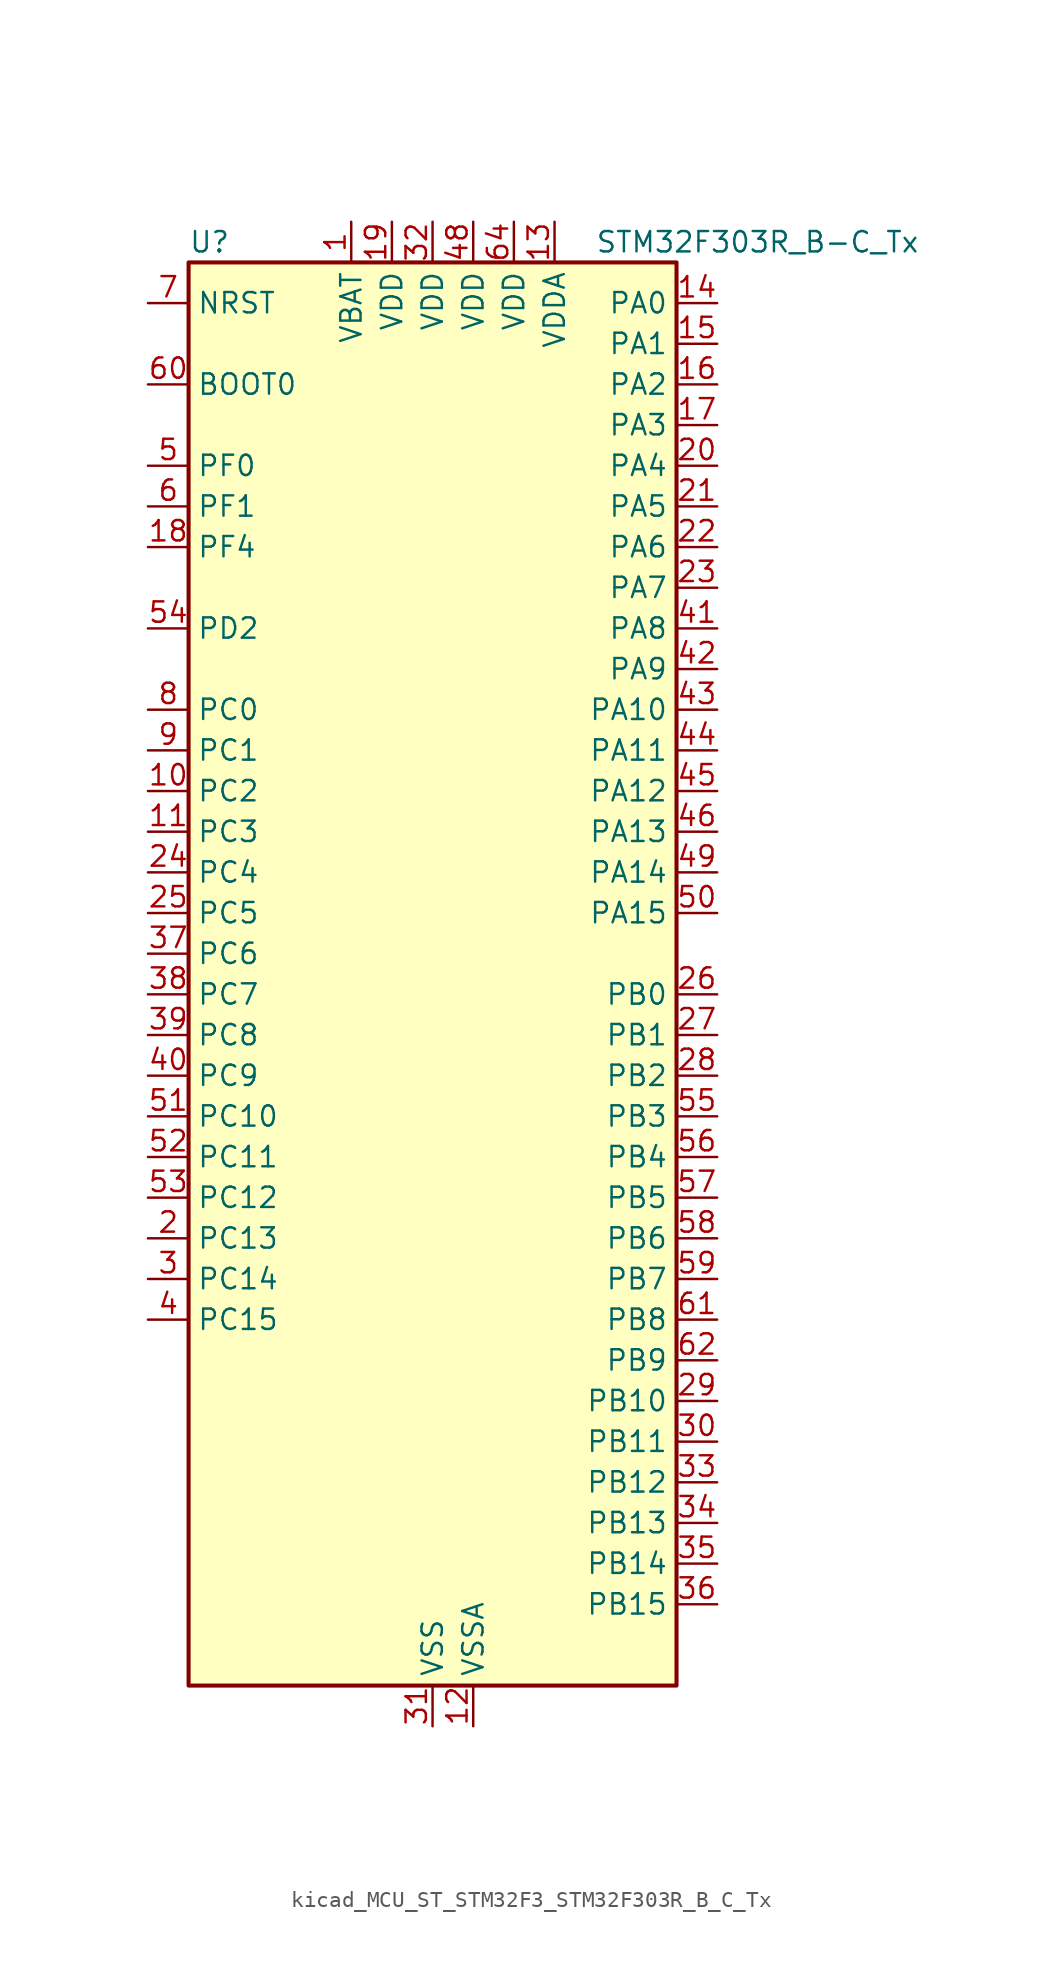
<source format=kicad_sym>
(kicad_symbol_lib
  (version 20220914)
  (generator kicad_symbol_editor)
  (symbol "kicad_MCU_ST_STM32F3_STM32F303R_B_C_Tx"
    (property "Reference" "U"
      (at -15.24 46.99 0)
      (effects (font (size 1.27 1.27)) (justify left)))
    (property "Value" "STM32F303R_B-C_Tx"
      (at 10.16 46.99 0)
      (effects (font (size 1.27 1.27)) (justify left)))
    (property "ki_locked" ""
      (at 0 0 0)
      (effects (font (size 1.27 1.27))))
    (symbol "kicad_MCU_ST_STM32F3_STM32F303R_B_C_Tx_0_1"
      (rectangle (start -15.24 -43.18) (end 15.24 45.72) (stroke (width 0.254) (type default)) (fill (type background))))
    (symbol "kicad_MCU_ST_STM32F3_STM32F303R_B_C_Tx_1_1"
      (pin power_in line (at -5.08 48.26 270) (length 2.54) (name "VBAT" (effects (font (size 1.27 1.27)))) (number "1" (effects (font (size 1.27 1.27)))))
      (pin bidirectional line (at -17.78 12.7 0) (length 2.54) (name "PC2" (effects (font (size 1.27 1.27)))) (number "10" (effects (font (size 1.27 1.27)))) (alternate "ADC1_IN8" bidirectional line) (alternate "ADC2_IN8" bidirectional line) (alternate "ADC3_EXTI2" bidirectional line) (alternate "ADC4_EXTI2" bidirectional line) (alternate "COMP7_OUT" bidirectional line))
      (pin bidirectional line (at -17.78 10.16 0) (length 2.54) (name "PC3" (effects (font (size 1.27 1.27)))) (number "11" (effects (font (size 1.27 1.27)))) (alternate "ADC1_IN9" bidirectional line) (alternate "ADC2_IN9" bidirectional line) (alternate "TIM1_BKIN2" bidirectional line))
      (pin power_in line (at 2.54 -45.72 90) (length 2.54) (name "VSSA" (effects (font (size 1.27 1.27)))) (number "12" (effects (font (size 1.27 1.27)))))
      (pin power_in line (at 7.62 48.26 270) (length 2.54) (name "VDDA" (effects (font (size 1.27 1.27)))) (number "13" (effects (font (size 1.27 1.27)))))
      (pin bidirectional line (at 17.78 43.18 180) (length 2.54) (name "PA0" (effects (font (size 1.27 1.27)))) (number "14" (effects (font (size 1.27 1.27)))) (alternate "ADC1_IN1" bidirectional line) (alternate "COMP1_INM" bidirectional line) (alternate "COMP1_OUT" bidirectional line) (alternate "COMP7_INP" bidirectional line) (alternate "RTC_TAMP2" bidirectional line) (alternate "SYS_WKUP1" bidirectional line) (alternate "TIM2_CH1" bidirectional line) (alternate "TIM2_ETR" bidirectional line) (alternate "TIM8_BKIN" bidirectional line) (alternate "TIM8_ETR" bidirectional line) (alternate "TSC_G1_IO1" bidirectional line) (alternate "USART2_CTS" bidirectional line))
      (pin bidirectional line (at 17.78 40.64 180) (length 2.54) (name "PA1" (effects (font (size 1.27 1.27)))) (number "15" (effects (font (size 1.27 1.27)))) (alternate "ADC1_IN2" bidirectional line) (alternate "COMP1_INP" bidirectional line) (alternate "OPAMP1_VINP" bidirectional line) (alternate "OPAMP1_VINP_SEC" bidirectional line) (alternate "OPAMP3_VINP" bidirectional line) (alternate "OPAMP3_VINP_SEC" bidirectional line) (alternate "RTC_REFIN" bidirectional line) (alternate "TIM15_CH1N" bidirectional line) (alternate "TIM2_CH2" bidirectional line) (alternate "TSC_G1_IO2" bidirectional line) (alternate "USART2_DE" bidirectional line) (alternate "USART2_RTS" bidirectional line))
      (pin bidirectional line (at 17.78 38.1 180) (length 2.54) (name "PA2" (effects (font (size 1.27 1.27)))) (number "16" (effects (font (size 1.27 1.27)))) (alternate "ADC1_IN3" bidirectional line) (alternate "ADC3_EXTI2" bidirectional line) (alternate "ADC4_EXTI2" bidirectional line) (alternate "COMP2_INM" bidirectional line) (alternate "COMP2_OUT" bidirectional line) (alternate "OPAMP1_VOUT" bidirectional line) (alternate "TIM15_CH1" bidirectional line) (alternate "TIM2_CH3" bidirectional line) (alternate "TSC_G1_IO3" bidirectional line) (alternate "USART2_TX" bidirectional line))
      (pin bidirectional line (at 17.78 35.56 180) (length 2.54) (name "PA3" (effects (font (size 1.27 1.27)))) (number "17" (effects (font (size 1.27 1.27)))) (alternate "ADC1_IN4" bidirectional line) (alternate "COMP2_INP" bidirectional line) (alternate "OPAMP1_VINM" bidirectional line) (alternate "OPAMP1_VINM_SEC" bidirectional line) (alternate "OPAMP1_VINP" bidirectional line) (alternate "OPAMP1_VINP_SEC" bidirectional line) (alternate "TIM15_CH2" bidirectional line) (alternate "TIM2_CH4" bidirectional line) (alternate "TSC_G1_IO4" bidirectional line) (alternate "USART2_RX" bidirectional line))
      (pin bidirectional line (at -17.78 27.94 0) (length 2.54) (name "PF4" (effects (font (size 1.27 1.27)))) (number "18" (effects (font (size 1.27 1.27)))) (alternate "ADC1_IN5" bidirectional line) (alternate "COMP1_OUT" bidirectional line))
      (pin power_in line (at -2.54 48.26 270) (length 2.54) (name "VDD" (effects (font (size 1.27 1.27)))) (number "19" (effects (font (size 1.27 1.27)))))
      (pin bidirectional line (at -17.78 -15.24 0) (length 2.54) (name "PC13" (effects (font (size 1.27 1.27)))) (number "2" (effects (font (size 1.27 1.27)))) (alternate "RTC_OUT_ALARM" bidirectional line) (alternate "RTC_OUT_CALIB" bidirectional line) (alternate "RTC_TAMP1" bidirectional line) (alternate "RTC_TS" bidirectional line) (alternate "SYS_WKUP2" bidirectional line) (alternate "TIM1_CH1N" bidirectional line))
      (pin bidirectional line (at 17.78 33.02 180) (length 2.54) (name "PA4" (effects (font (size 1.27 1.27)))) (number "20" (effects (font (size 1.27 1.27)))) (alternate "ADC2_IN1" bidirectional line) (alternate "COMP1_INM" bidirectional line) (alternate "COMP2_INM" bidirectional line) (alternate "COMP3_INM" bidirectional line) (alternate "COMP4_INM" bidirectional line) (alternate "COMP5_INM" bidirectional line) (alternate "COMP6_INM" bidirectional line) (alternate "COMP7_INM" bidirectional line) (alternate "DAC_OUT1" bidirectional line) (alternate "I2S3_WS" bidirectional line) (alternate "OPAMP4_VINP" bidirectional line) (alternate "OPAMP4_VINP_SEC" bidirectional line) (alternate "SPI1_NSS" bidirectional line) (alternate "SPI3_NSS" bidirectional line) (alternate "TIM3_CH2" bidirectional line) (alternate "TSC_G2_IO1" bidirectional line) (alternate "USART2_CK" bidirectional line))
      (pin bidirectional line (at 17.78 30.48 180) (length 2.54) (name "PA5" (effects (font (size 1.27 1.27)))) (number "21" (effects (font (size 1.27 1.27)))) (alternate "ADC2_IN2" bidirectional line) (alternate "COMP1_INM" bidirectional line) (alternate "COMP2_INM" bidirectional line) (alternate "COMP3_INM" bidirectional line) (alternate "COMP4_INM" bidirectional line) (alternate "COMP5_INM" bidirectional line) (alternate "COMP6_INM" bidirectional line) (alternate "COMP7_INM" bidirectional line) (alternate "DAC_OUT2" bidirectional line) (alternate "OPAMP1_VINP" bidirectional line) (alternate "OPAMP1_VINP_SEC" bidirectional line) (alternate "OPAMP2_VINM" bidirectional line) (alternate "OPAMP2_VINM_SEC" bidirectional line) (alternate "OPAMP3_VINP" bidirectional line) (alternate "OPAMP3_VINP_SEC" bidirectional line) (alternate "SPI1_SCK" bidirectional line) (alternate "TIM2_CH1" bidirectional line) (alternate "TIM2_ETR" bidirectional line) (alternate "TSC_G2_IO2" bidirectional line))
      (pin bidirectional line (at 17.78 27.94 180) (length 2.54) (name "PA6" (effects (font (size 1.27 1.27)))) (number "22" (effects (font (size 1.27 1.27)))) (alternate "ADC2_IN3" bidirectional line) (alternate "COMP1_OUT" bidirectional line) (alternate "OPAMP2_VOUT" bidirectional line) (alternate "SPI1_MISO" bidirectional line) (alternate "TIM16_CH1" bidirectional line) (alternate "TIM1_BKIN" bidirectional line) (alternate "TIM3_CH1" bidirectional line) (alternate "TIM8_BKIN" bidirectional line) (alternate "TSC_G2_IO3" bidirectional line))
      (pin bidirectional line (at 17.78 25.4 180) (length 2.54) (name "PA7" (effects (font (size 1.27 1.27)))) (number "23" (effects (font (size 1.27 1.27)))) (alternate "ADC2_IN4" bidirectional line) (alternate "COMP2_INP" bidirectional line) (alternate "COMP2_OUT" bidirectional line) (alternate "OPAMP1_VINP" bidirectional line) (alternate "OPAMP1_VINP_SEC" bidirectional line) (alternate "OPAMP2_VINP" bidirectional line) (alternate "OPAMP2_VINP_SEC" bidirectional line) (alternate "SPI1_MOSI" bidirectional line) (alternate "TIM17_CH1" bidirectional line) (alternate "TIM1_CH1N" bidirectional line) (alternate "TIM3_CH2" bidirectional line) (alternate "TIM8_CH1N" bidirectional line) (alternate "TSC_G2_IO4" bidirectional line))
      (pin bidirectional line (at -17.78 7.62 0) (length 2.54) (name "PC4" (effects (font (size 1.27 1.27)))) (number "24" (effects (font (size 1.27 1.27)))) (alternate "ADC2_IN5" bidirectional line) (alternate "USART1_TX" bidirectional line))
      (pin bidirectional line (at -17.78 5.08 0) (length 2.54) (name "PC5" (effects (font (size 1.27 1.27)))) (number "25" (effects (font (size 1.27 1.27)))) (alternate "ADC2_IN11" bidirectional line) (alternate "OPAMP1_VINM" bidirectional line) (alternate "OPAMP1_VINM_SEC" bidirectional line) (alternate "OPAMP2_VINM" bidirectional line) (alternate "OPAMP2_VINM_SEC" bidirectional line) (alternate "TSC_G3_IO1" bidirectional line) (alternate "USART1_RX" bidirectional line))
      (pin bidirectional line (at 17.78 0 180) (length 2.54) (name "PB0" (effects (font (size 1.27 1.27)))) (number "26" (effects (font (size 1.27 1.27)))) (alternate "ADC3_IN12" bidirectional line) (alternate "COMP4_INP" bidirectional line) (alternate "OPAMP2_VINP" bidirectional line) (alternate "OPAMP2_VINP_SEC" bidirectional line) (alternate "OPAMP3_VINP" bidirectional line) (alternate "OPAMP3_VINP_SEC" bidirectional line) (alternate "TIM1_CH2N" bidirectional line) (alternate "TIM3_CH3" bidirectional line) (alternate "TIM8_CH2N" bidirectional line) (alternate "TSC_G3_IO2" bidirectional line))
      (pin bidirectional line (at 17.78 -2.54 180) (length 2.54) (name "PB1" (effects (font (size 1.27 1.27)))) (number "27" (effects (font (size 1.27 1.27)))) (alternate "ADC3_IN1" bidirectional line) (alternate "COMP4_OUT" bidirectional line) (alternate "OPAMP3_VOUT" bidirectional line) (alternate "TIM1_CH3N" bidirectional line) (alternate "TIM3_CH4" bidirectional line) (alternate "TIM8_CH3N" bidirectional line) (alternate "TSC_G3_IO3" bidirectional line))
      (pin bidirectional line (at 17.78 -5.08 180) (length 2.54) (name "PB2" (effects (font (size 1.27 1.27)))) (number "28" (effects (font (size 1.27 1.27)))) (alternate "ADC2_IN12" bidirectional line) (alternate "ADC3_EXTI2" bidirectional line) (alternate "ADC4_EXTI2" bidirectional line) (alternate "COMP4_INM" bidirectional line) (alternate "OPAMP3_VINM" bidirectional line) (alternate "OPAMP3_VINM_SEC" bidirectional line) (alternate "TSC_G3_IO4" bidirectional line))
      (pin bidirectional line (at 17.78 -25.4 180) (length 2.54) (name "PB10" (effects (font (size 1.27 1.27)))) (number "29" (effects (font (size 1.27 1.27)))) (alternate "COMP5_INM" bidirectional line) (alternate "OPAMP3_VINM" bidirectional line) (alternate "OPAMP3_VINM_SEC" bidirectional line) (alternate "OPAMP4_VINM" bidirectional line) (alternate "OPAMP4_VINM_SEC" bidirectional line) (alternate "TIM2_CH3" bidirectional line) (alternate "TSC_SYNC" bidirectional line) (alternate "USART3_TX" bidirectional line))
      (pin bidirectional line (at -17.78 -17.78 0) (length 2.54) (name "PC14" (effects (font (size 1.27 1.27)))) (number "3" (effects (font (size 1.27 1.27)))) (alternate "RCC_OSC32_IN" bidirectional line))
      (pin bidirectional line (at 17.78 -27.94 180) (length 2.54) (name "PB11" (effects (font (size 1.27 1.27)))) (number "30" (effects (font (size 1.27 1.27)))) (alternate "ADC1_EXTI11" bidirectional line) (alternate "ADC2_EXTI11" bidirectional line) (alternate "COMP6_INP" bidirectional line) (alternate "OPAMP4_VINP" bidirectional line) (alternate "OPAMP4_VINP_SEC" bidirectional line) (alternate "TIM2_CH4" bidirectional line) (alternate "TSC_G6_IO1" bidirectional line) (alternate "USART3_RX" bidirectional line))
      (pin power_in line (at 0 -45.72 90) (length 2.54) (name "VSS" (effects (font (size 1.27 1.27)))) (number "31" (effects (font (size 1.27 1.27)))))
      (pin power_in line (at 0 48.26 270) (length 2.54) (name "VDD" (effects (font (size 1.27 1.27)))) (number "32" (effects (font (size 1.27 1.27)))))
      (pin bidirectional line (at 17.78 -30.48 180) (length 2.54) (name "PB12" (effects (font (size 1.27 1.27)))) (number "33" (effects (font (size 1.27 1.27)))) (alternate "ADC4_IN3" bidirectional line) (alternate "COMP3_INM" bidirectional line) (alternate "I2C2_SMBA" bidirectional line) (alternate "I2S2_WS" bidirectional line) (alternate "OPAMP4_VOUT" bidirectional line) (alternate "SPI2_NSS" bidirectional line) (alternate "TIM1_BKIN" bidirectional line) (alternate "TSC_G6_IO2" bidirectional line) (alternate "USART3_CK" bidirectional line))
      (pin bidirectional line (at 17.78 -33.02 180) (length 2.54) (name "PB13" (effects (font (size 1.27 1.27)))) (number "34" (effects (font (size 1.27 1.27)))) (alternate "ADC3_IN5" bidirectional line) (alternate "COMP5_INP" bidirectional line) (alternate "I2S2_CK" bidirectional line) (alternate "OPAMP3_VINP" bidirectional line) (alternate "OPAMP3_VINP_SEC" bidirectional line) (alternate "OPAMP4_VINP" bidirectional line) (alternate "OPAMP4_VINP_SEC" bidirectional line) (alternate "SPI2_SCK" bidirectional line) (alternate "TIM1_CH1N" bidirectional line) (alternate "TSC_G6_IO3" bidirectional line) (alternate "USART3_CTS" bidirectional line))
      (pin bidirectional line (at 17.78 -35.56 180) (length 2.54) (name "PB14" (effects (font (size 1.27 1.27)))) (number "35" (effects (font (size 1.27 1.27)))) (alternate "ADC4_IN4" bidirectional line) (alternate "COMP3_INP" bidirectional line) (alternate "I2S2_ext_SD" bidirectional line) (alternate "OPAMP2_VINP" bidirectional line) (alternate "OPAMP2_VINP_SEC" bidirectional line) (alternate "SPI2_MISO" bidirectional line) (alternate "TIM15_CH1" bidirectional line) (alternate "TIM1_CH2N" bidirectional line) (alternate "TSC_G6_IO4" bidirectional line) (alternate "USART3_DE" bidirectional line) (alternate "USART3_RTS" bidirectional line))
      (pin bidirectional line (at 17.78 -38.1 180) (length 2.54) (name "PB15" (effects (font (size 1.27 1.27)))) (number "36" (effects (font (size 1.27 1.27)))) (alternate "ADC1_EXTI15" bidirectional line) (alternate "ADC2_EXTI15" bidirectional line) (alternate "ADC4_IN5" bidirectional line) (alternate "COMP6_INM" bidirectional line) (alternate "I2S2_SD" bidirectional line) (alternate "RTC_REFIN" bidirectional line) (alternate "SPI2_MOSI" bidirectional line) (alternate "TIM15_CH1N" bidirectional line) (alternate "TIM15_CH2" bidirectional line) (alternate "TIM1_CH3N" bidirectional line))
      (pin bidirectional line (at -17.78 2.54 0) (length 2.54) (name "PC6" (effects (font (size 1.27 1.27)))) (number "37" (effects (font (size 1.27 1.27)))) (alternate "COMP6_OUT" bidirectional line) (alternate "I2S2_MCK" bidirectional line) (alternate "TIM3_CH1" bidirectional line) (alternate "TIM8_CH1" bidirectional line))
      (pin bidirectional line (at -17.78 0 0) (length 2.54) (name "PC7" (effects (font (size 1.27 1.27)))) (number "38" (effects (font (size 1.27 1.27)))) (alternate "COMP5_OUT" bidirectional line) (alternate "I2S3_MCK" bidirectional line) (alternate "TIM3_CH2" bidirectional line) (alternate "TIM8_CH2" bidirectional line))
      (pin bidirectional line (at -17.78 -2.54 0) (length 2.54) (name "PC8" (effects (font (size 1.27 1.27)))) (number "39" (effects (font (size 1.27 1.27)))) (alternate "COMP3_OUT" bidirectional line) (alternate "TIM3_CH3" bidirectional line) (alternate "TIM8_CH3" bidirectional line))
      (pin bidirectional line (at -17.78 -20.32 0) (length 2.54) (name "PC15" (effects (font (size 1.27 1.27)))) (number "4" (effects (font (size 1.27 1.27)))) (alternate "ADC1_EXTI15" bidirectional line) (alternate "ADC2_EXTI15" bidirectional line) (alternate "RCC_OSC32_OUT" bidirectional line))
      (pin bidirectional line (at -17.78 -5.08 0) (length 2.54) (name "PC9" (effects (font (size 1.27 1.27)))) (number "40" (effects (font (size 1.27 1.27)))) (alternate "DAC_EXTI9" bidirectional line) (alternate "I2S_CKIN" bidirectional line) (alternate "TIM3_CH4" bidirectional line) (alternate "TIM8_BKIN2" bidirectional line) (alternate "TIM8_CH4" bidirectional line))
      (pin bidirectional line (at 17.78 22.86 180) (length 2.54) (name "PA8" (effects (font (size 1.27 1.27)))) (number "41" (effects (font (size 1.27 1.27)))) (alternate "COMP3_OUT" bidirectional line) (alternate "I2C2_SMBA" bidirectional line) (alternate "I2S2_MCK" bidirectional line) (alternate "RCC_MCO" bidirectional line) (alternate "TIM1_CH1" bidirectional line) (alternate "TIM4_ETR" bidirectional line) (alternate "USART1_CK" bidirectional line))
      (pin bidirectional line (at 17.78 20.32 180) (length 2.54) (name "PA9" (effects (font (size 1.27 1.27)))) (number "42" (effects (font (size 1.27 1.27)))) (alternate "COMP5_OUT" bidirectional line) (alternate "DAC_EXTI9" bidirectional line) (alternate "I2C2_SCL" bidirectional line) (alternate "I2S3_MCK" bidirectional line) (alternate "TIM15_BKIN" bidirectional line) (alternate "TIM1_CH2" bidirectional line) (alternate "TIM2_CH3" bidirectional line) (alternate "TSC_G4_IO1" bidirectional line) (alternate "USART1_TX" bidirectional line))
      (pin bidirectional line (at 17.78 17.78 180) (length 2.54) (name "PA10" (effects (font (size 1.27 1.27)))) (number "43" (effects (font (size 1.27 1.27)))) (alternate "COMP6_OUT" bidirectional line) (alternate "I2C2_SDA" bidirectional line) (alternate "TIM17_BKIN" bidirectional line) (alternate "TIM1_CH3" bidirectional line) (alternate "TIM2_CH4" bidirectional line) (alternate "TIM8_BKIN" bidirectional line) (alternate "TSC_G4_IO2" bidirectional line) (alternate "USART1_RX" bidirectional line))
      (pin bidirectional line (at 17.78 15.24 180) (length 2.54) (name "PA11" (effects (font (size 1.27 1.27)))) (number "44" (effects (font (size 1.27 1.27)))) (alternate "ADC1_EXTI11" bidirectional line) (alternate "ADC2_EXTI11" bidirectional line) (alternate "CAN_RX" bidirectional line) (alternate "COMP1_OUT" bidirectional line) (alternate "TIM1_BKIN2" bidirectional line) (alternate "TIM1_CH1N" bidirectional line) (alternate "TIM1_CH4" bidirectional line) (alternate "TIM4_CH1" bidirectional line) (alternate "USART1_CTS" bidirectional line) (alternate "USB_DM" bidirectional line))
      (pin bidirectional line (at 17.78 12.7 180) (length 2.54) (name "PA12" (effects (font (size 1.27 1.27)))) (number "45" (effects (font (size 1.27 1.27)))) (alternate "CAN_TX" bidirectional line) (alternate "COMP2_OUT" bidirectional line) (alternate "TIM16_CH1" bidirectional line) (alternate "TIM1_CH2N" bidirectional line) (alternate "TIM1_ETR" bidirectional line) (alternate "TIM4_CH2" bidirectional line) (alternate "USART1_DE" bidirectional line) (alternate "USART1_RTS" bidirectional line) (alternate "USB_DP" bidirectional line))
      (pin bidirectional line (at 17.78 10.16 180) (length 2.54) (name "PA13" (effects (font (size 1.27 1.27)))) (number "46" (effects (font (size 1.27 1.27)))) (alternate "IR_OUT" bidirectional line) (alternate "SYS_JTMS-SWDIO" bidirectional line) (alternate "TIM16_CH1N" bidirectional line) (alternate "TIM4_CH3" bidirectional line) (alternate "TSC_G4_IO3" bidirectional line) (alternate "USART3_CTS" bidirectional line))
      (pin passive line (at 0 -45.72 90) (length 2.54) hide (name "VSS" (effects (font (size 1.27 1.27)))) (number "47" (effects (font (size 1.27 1.27)))))
      (pin power_in line (at 2.54 48.26 270) (length 2.54) (name "VDD" (effects (font (size 1.27 1.27)))) (number "48" (effects (font (size 1.27 1.27)))))
      (pin bidirectional line (at 17.78 7.62 180) (length 2.54) (name "PA14" (effects (font (size 1.27 1.27)))) (number "49" (effects (font (size 1.27 1.27)))) (alternate "I2C1_SDA" bidirectional line) (alternate "SYS_JTCK-SWCLK" bidirectional line) (alternate "TIM1_BKIN" bidirectional line) (alternate "TIM8_CH2" bidirectional line) (alternate "TSC_G4_IO4" bidirectional line) (alternate "USART2_TX" bidirectional line))
      (pin bidirectional line (at -17.78 33.02 0) (length 2.54) (name "PF0" (effects (font (size 1.27 1.27)))) (number "5" (effects (font (size 1.27 1.27)))) (alternate "I2C2_SDA" bidirectional line) (alternate "RCC_OSC_IN" bidirectional line) (alternate "TIM1_CH3N" bidirectional line))
      (pin bidirectional line (at 17.78 5.08 180) (length 2.54) (name "PA15" (effects (font (size 1.27 1.27)))) (number "50" (effects (font (size 1.27 1.27)))) (alternate "ADC1_EXTI15" bidirectional line) (alternate "ADC2_EXTI15" bidirectional line) (alternate "I2C1_SCL" bidirectional line) (alternate "I2S3_WS" bidirectional line) (alternate "SPI1_NSS" bidirectional line) (alternate "SPI3_NSS" bidirectional line) (alternate "SYS_JTDI" bidirectional line) (alternate "TIM1_BKIN" bidirectional line) (alternate "TIM2_CH1" bidirectional line) (alternate "TIM2_ETR" bidirectional line) (alternate "TIM8_CH1" bidirectional line) (alternate "USART2_RX" bidirectional line))
      (pin bidirectional line (at -17.78 -7.62 0) (length 2.54) (name "PC10" (effects (font (size 1.27 1.27)))) (number "51" (effects (font (size 1.27 1.27)))) (alternate "I2S3_CK" bidirectional line) (alternate "SPI3_SCK" bidirectional line) (alternate "TIM8_CH1N" bidirectional line) (alternate "UART4_TX" bidirectional line) (alternate "USART3_TX" bidirectional line))
      (pin bidirectional line (at -17.78 -10.16 0) (length 2.54) (name "PC11" (effects (font (size 1.27 1.27)))) (number "52" (effects (font (size 1.27 1.27)))) (alternate "ADC1_EXTI11" bidirectional line) (alternate "ADC2_EXTI11" bidirectional line) (alternate "I2S3_ext_SD" bidirectional line) (alternate "SPI3_MISO" bidirectional line) (alternate "TIM8_CH2N" bidirectional line) (alternate "UART4_RX" bidirectional line) (alternate "USART3_RX" bidirectional line))
      (pin bidirectional line (at -17.78 -12.7 0) (length 2.54) (name "PC12" (effects (font (size 1.27 1.27)))) (number "53" (effects (font (size 1.27 1.27)))) (alternate "I2S3_SD" bidirectional line) (alternate "SPI3_MOSI" bidirectional line) (alternate "TIM8_CH3N" bidirectional line) (alternate "UART5_TX" bidirectional line) (alternate "USART3_CK" bidirectional line))
      (pin bidirectional line (at -17.78 22.86 0) (length 2.54) (name "PD2" (effects (font (size 1.27 1.27)))) (number "54" (effects (font (size 1.27 1.27)))) (alternate "ADC3_EXTI2" bidirectional line) (alternate "ADC4_EXTI2" bidirectional line) (alternate "TIM3_ETR" bidirectional line) (alternate "TIM8_BKIN" bidirectional line) (alternate "UART5_RX" bidirectional line))
      (pin bidirectional line (at 17.78 -7.62 180) (length 2.54) (name "PB3" (effects (font (size 1.27 1.27)))) (number "55" (effects (font (size 1.27 1.27)))) (alternate "I2S3_CK" bidirectional line) (alternate "SPI1_SCK" bidirectional line) (alternate "SPI3_SCK" bidirectional line) (alternate "SYS_JTDO-TRACESWO" bidirectional line) (alternate "TIM2_CH2" bidirectional line) (alternate "TIM3_ETR" bidirectional line) (alternate "TIM4_ETR" bidirectional line) (alternate "TIM8_CH1N" bidirectional line) (alternate "TSC_G5_IO1" bidirectional line) (alternate "USART2_TX" bidirectional line))
      (pin bidirectional line (at 17.78 -10.16 180) (length 2.54) (name "PB4" (effects (font (size 1.27 1.27)))) (number "56" (effects (font (size 1.27 1.27)))) (alternate "I2S3_ext_SD" bidirectional line) (alternate "SPI1_MISO" bidirectional line) (alternate "SPI3_MISO" bidirectional line) (alternate "SYS_NJTRST" bidirectional line) (alternate "TIM16_CH1" bidirectional line) (alternate "TIM17_BKIN" bidirectional line) (alternate "TIM3_CH1" bidirectional line) (alternate "TIM8_CH2N" bidirectional line) (alternate "TSC_G5_IO2" bidirectional line) (alternate "USART2_RX" bidirectional line))
      (pin bidirectional line (at 17.78 -12.7 180) (length 2.54) (name "PB5" (effects (font (size 1.27 1.27)))) (number "57" (effects (font (size 1.27 1.27)))) (alternate "I2C1_SMBA" bidirectional line) (alternate "I2S3_SD" bidirectional line) (alternate "SPI1_MOSI" bidirectional line) (alternate "SPI3_MOSI" bidirectional line) (alternate "TIM16_BKIN" bidirectional line) (alternate "TIM17_CH1" bidirectional line) (alternate "TIM3_CH2" bidirectional line) (alternate "TIM8_CH3N" bidirectional line) (alternate "USART2_CK" bidirectional line))
      (pin bidirectional line (at 17.78 -15.24 180) (length 2.54) (name "PB6" (effects (font (size 1.27 1.27)))) (number "58" (effects (font (size 1.27 1.27)))) (alternate "I2C1_SCL" bidirectional line) (alternate "TIM16_CH1N" bidirectional line) (alternate "TIM4_CH1" bidirectional line) (alternate "TIM8_BKIN2" bidirectional line) (alternate "TIM8_CH1" bidirectional line) (alternate "TIM8_ETR" bidirectional line) (alternate "TSC_G5_IO3" bidirectional line) (alternate "USART1_TX" bidirectional line))
      (pin bidirectional line (at 17.78 -17.78 180) (length 2.54) (name "PB7" (effects (font (size 1.27 1.27)))) (number "59" (effects (font (size 1.27 1.27)))) (alternate "I2C1_SDA" bidirectional line) (alternate "TIM17_CH1N" bidirectional line) (alternate "TIM3_CH4" bidirectional line) (alternate "TIM4_CH2" bidirectional line) (alternate "TIM8_BKIN" bidirectional line) (alternate "TSC_G5_IO4" bidirectional line) (alternate "USART1_RX" bidirectional line))
      (pin bidirectional line (at -17.78 30.48 0) (length 2.54) (name "PF1" (effects (font (size 1.27 1.27)))) (number "6" (effects (font (size 1.27 1.27)))) (alternate "I2C2_SCL" bidirectional line) (alternate "RCC_OSC_OUT" bidirectional line))
      (pin input line (at -17.78 38.1 0) (length 2.54) (name "BOOT0" (effects (font (size 1.27 1.27)))) (number "60" (effects (font (size 1.27 1.27)))))
      (pin bidirectional line (at 17.78 -20.32 180) (length 2.54) (name "PB8" (effects (font (size 1.27 1.27)))) (number "61" (effects (font (size 1.27 1.27)))) (alternate "CAN_RX" bidirectional line) (alternate "COMP1_OUT" bidirectional line) (alternate "I2C1_SCL" bidirectional line) (alternate "TIM16_CH1" bidirectional line) (alternate "TIM1_BKIN" bidirectional line) (alternate "TIM4_CH3" bidirectional line) (alternate "TIM8_CH2" bidirectional line) (alternate "TSC_SYNC" bidirectional line))
      (pin bidirectional line (at 17.78 -22.86 180) (length 2.54) (name "PB9" (effects (font (size 1.27 1.27)))) (number "62" (effects (font (size 1.27 1.27)))) (alternate "CAN_TX" bidirectional line) (alternate "COMP2_OUT" bidirectional line) (alternate "DAC_EXTI9" bidirectional line) (alternate "I2C1_SDA" bidirectional line) (alternate "IR_OUT" bidirectional line) (alternate "TIM17_CH1" bidirectional line) (alternate "TIM4_CH4" bidirectional line) (alternate "TIM8_CH3" bidirectional line))
      (pin passive line (at 0 -45.72 90) (length 2.54) hide (name "VSS" (effects (font (size 1.27 1.27)))) (number "63" (effects (font (size 1.27 1.27)))))
      (pin power_in line (at 5.08 48.26 270) (length 2.54) (name "VDD" (effects (font (size 1.27 1.27)))) (number "64" (effects (font (size 1.27 1.27)))))
      (pin input line (at -17.78 43.18 0) (length 2.54) (name "NRST" (effects (font (size 1.27 1.27)))) (number "7" (effects (font (size 1.27 1.27)))))
      (pin bidirectional line (at -17.78 17.78 0) (length 2.54) (name "PC0" (effects (font (size 1.27 1.27)))) (number "8" (effects (font (size 1.27 1.27)))) (alternate "ADC1_IN6" bidirectional line) (alternate "ADC2_IN6" bidirectional line) (alternate "COMP7_INM" bidirectional line))
      (pin bidirectional line (at -17.78 15.24 0) (length 2.54) (name "PC1" (effects (font (size 1.27 1.27)))) (number "9" (effects (font (size 1.27 1.27)))) (alternate "ADC1_IN7" bidirectional line) (alternate "ADC2_IN7" bidirectional line) (alternate "COMP7_INP" bidirectional line)))))
</source>
